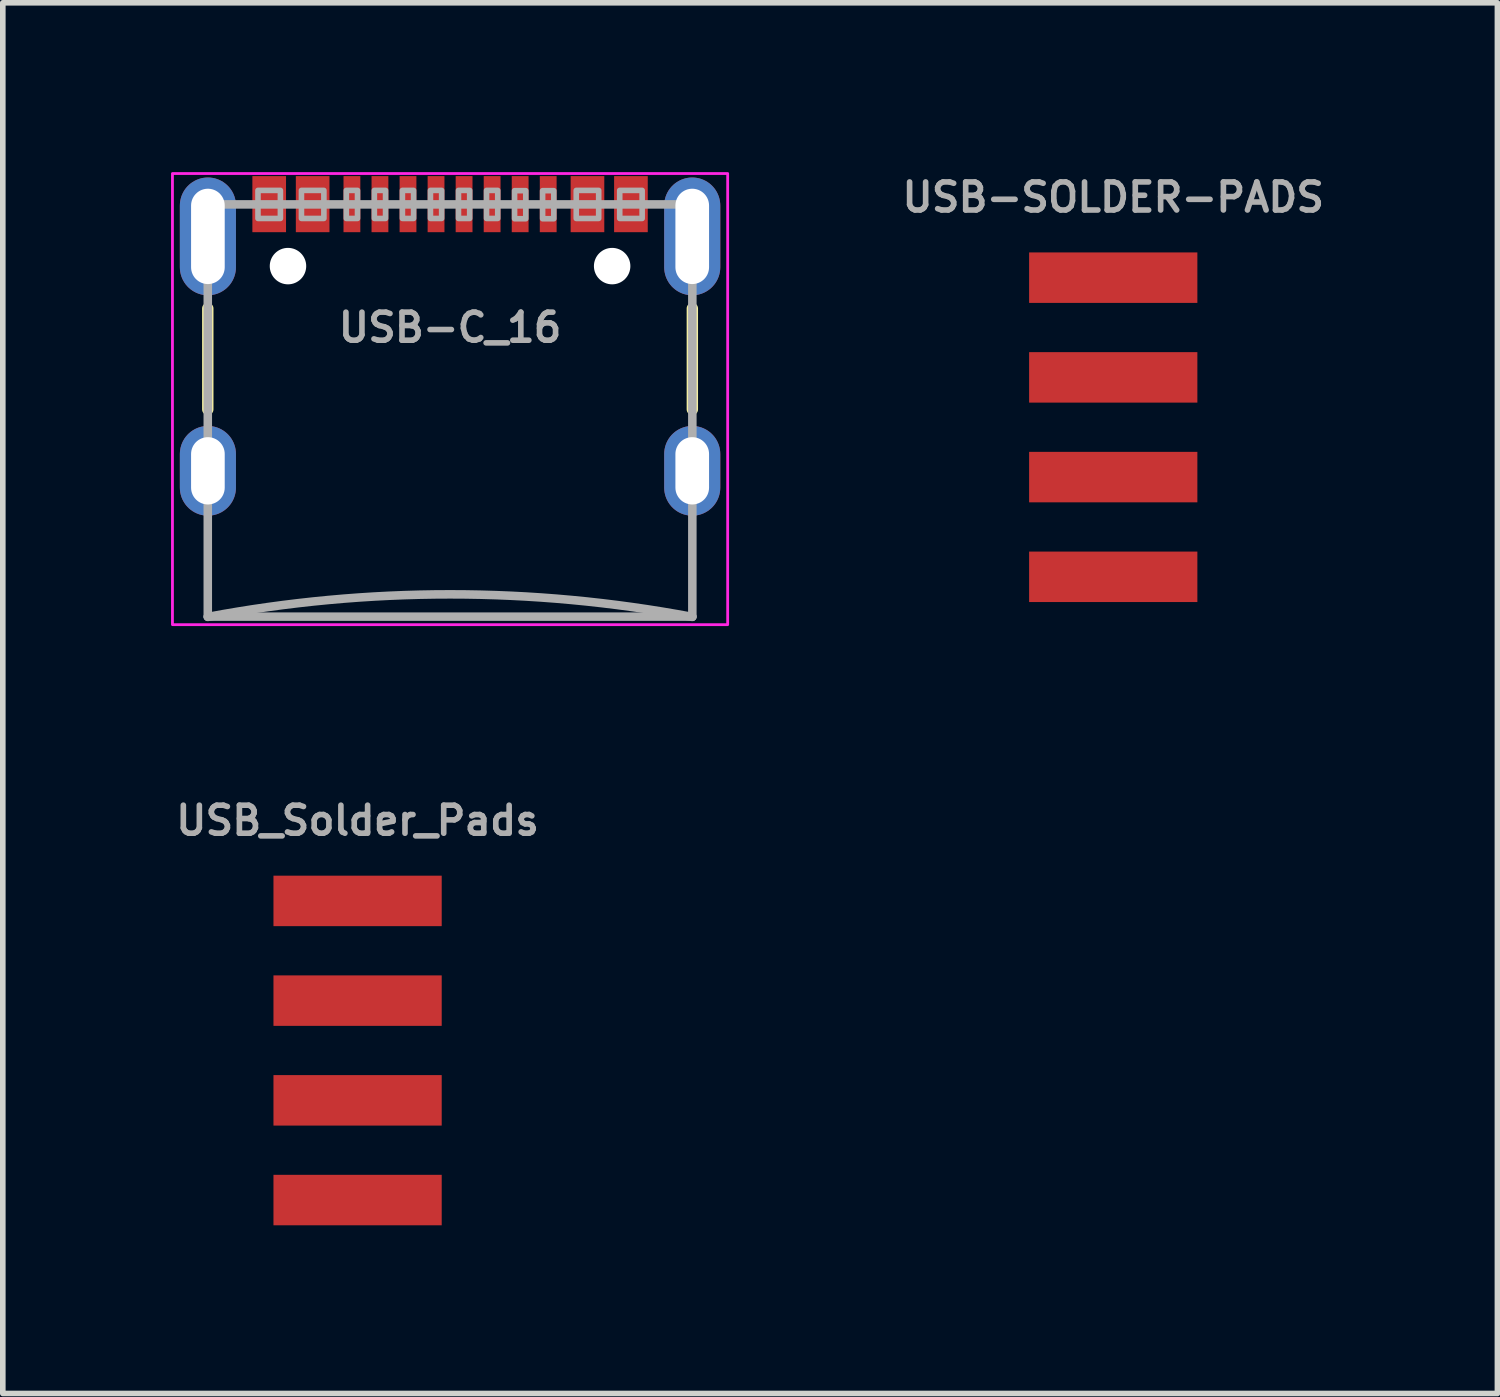
<source format=kicad_pcb>
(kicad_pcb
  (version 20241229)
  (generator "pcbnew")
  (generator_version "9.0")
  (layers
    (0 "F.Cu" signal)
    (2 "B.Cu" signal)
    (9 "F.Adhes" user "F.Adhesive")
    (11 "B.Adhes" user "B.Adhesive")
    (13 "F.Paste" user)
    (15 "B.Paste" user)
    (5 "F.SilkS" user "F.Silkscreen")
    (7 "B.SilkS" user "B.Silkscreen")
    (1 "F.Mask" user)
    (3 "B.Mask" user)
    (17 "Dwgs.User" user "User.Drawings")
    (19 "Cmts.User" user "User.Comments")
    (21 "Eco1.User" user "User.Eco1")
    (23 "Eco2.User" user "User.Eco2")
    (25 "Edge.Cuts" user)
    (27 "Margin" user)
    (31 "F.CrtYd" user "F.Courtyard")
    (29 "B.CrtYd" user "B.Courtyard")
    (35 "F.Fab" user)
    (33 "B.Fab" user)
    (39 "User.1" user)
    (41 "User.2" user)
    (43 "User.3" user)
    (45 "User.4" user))
  (footprint "USB-SOLDER-PADS"
    (layer "F.Cu")
    (at 16.8 4.568)
    (property "Reference" "USB-SOLDER-PADS" (at 0 -4.1 0) (layer "F.Fab") (effects (font (size 0.5 0.5) (thickness 0.1) (bold yes))))
    (pad "D+" smd rect (at 0 0.889) (size 3 0.9) (layers "F.Cu" "F.Mask"))
    (pad "D-" smd rect (at 0 -0.889) (size 3 0.9) (layers "F.Cu" "F.Mask"))
    (pad "GND" smd rect (at 0 2.667) (size 3 0.9) (layers "F.Cu" "F.Mask"))
    (pad "VBUS" smd rect (at 0 -2.667) (size 3 0.9) (layers "F.Cu" "F.Mask")))
  (footprint "USB-C_16"
    (layer "F.Cu")
    (at 4.975 0.25)
    (property "Reference" "USB-C_16" (at 0 2.54 0) (layer "F.Fab") (effects (font (size 0.5 0.5) (thickness 0.1) (bold yes))))
    (fp_line (start -4.32 2.2) (end -4.32 4) (stroke (width 0.203) (type solid)) (layer "F.SilkS"))
    (fp_line (start 4.32 2.2) (end 4.32 4) (stroke (width 0.203) (type solid)) (layer "F.SilkS"))
    (fp_rect (start -4.95 -0.206) (end 4.95 7.838) (stroke (width 0.05) (type default)) (fill no) (layer "F.CrtYd"))
    (fp_line (start -4.32 0.345) (end -4.32 1.965) (stroke (width 0.01) (type solid)) (layer "F.Fab"))
    (fp_line (start -4.32 0.345) (end 4.32 0.345) (stroke (width 0.152) (type solid)) (layer "F.Fab"))
    (fp_line (start -4.32 4.295) (end -4.32 5.895) (stroke (width 0.01) (type solid)) (layer "F.Fab"))
    (fp_line (start -4.32 7.695) (end -4.32 0.345) (stroke (width 0.152) (type solid)) (layer "F.Fab"))
    (fp_line (start -4.32 7.695) (end 4.32 7.695) (stroke (width 0.152) (type solid)) (layer "F.Fab"))
    (fp_line (start 4.32 0.345) (end 4.32 1.965) (stroke (width 0.01) (type solid)) (layer "F.Fab"))
    (fp_line (start 4.32 0.345) (end 4.32 7.695) (stroke (width 0.152) (type solid)) (layer "F.Fab"))
    (fp_line (start 4.32 4.295) (end 4.32 5.895) (stroke (width 0.01) (type solid)) (layer "F.Fab"))
    (fp_arc (start -4.32 7.7) (mid 0 7.297675) (end 4.32 7.7) (stroke (width 0.1524) (type solid)) (layer "F.Fab"))
    (fp_poly (pts (xy -3.425 0.595) (xy -3.025 0.595) (xy -3.025 0.095) (xy -3.425 0.095)) (stroke (width 0.1) (type default)) (fill no) (layer "F.Fab"))
    (fp_poly (pts (xy -2.65 0.595) (xy -2.25 0.595) (xy -2.25 0.095) (xy -2.65 0.095)) (stroke (width 0.1) (type default)) (fill no) (layer "F.Fab"))
    (fp_poly (pts (xy -1.85 0.595) (xy -1.65 0.595) (xy -1.65 0.095) (xy -1.85 0.095)) (stroke (width 0.1) (type default)) (fill no) (layer "F.Fab"))
    (fp_poly (pts (xy -1.35 0.595) (xy -1.15 0.595) (xy -1.15 0.095) (xy -1.35 0.095)) (stroke (width 0.1) (type default)) (fill no) (layer "F.Fab"))
    (fp_poly (pts (xy -0.85 0.595) (xy -0.65 0.595) (xy -0.65 0.095) (xy -0.85 0.095)) (stroke (width 0.1) (type default)) (fill no) (layer "F.Fab"))
    (fp_poly (pts (xy -0.35 0.595) (xy -0.15 0.595) (xy -0.15 0.095) (xy -0.35 0.095)) (stroke (width 0.1) (type default)) (fill no) (layer "F.Fab"))
    (fp_poly (pts (xy 0.15 0.595) (xy 0.35 0.595) (xy 0.35 0.095) (xy 0.15 0.095)) (stroke (width 0.1) (type default)) (fill no) (layer "F.Fab"))
    (fp_poly (pts (xy 0.65 0.595) (xy 0.85 0.595) (xy 0.85 0.095) (xy 0.65 0.095)) (stroke (width 0.1) (type default)) (fill no) (layer "F.Fab"))
    (fp_poly (pts (xy 1.15 0.6) (xy 1.35 0.6) (xy 1.35 0.1) (xy 1.15 0.1)) (stroke (width 0.1) (type default)) (fill no) (layer "F.Fab"))
    (fp_poly (pts (xy 1.65 0.6) (xy 1.85 0.6) (xy 1.85 0.1) (xy 1.65 0.1)) (stroke (width 0.1) (type default)) (fill no) (layer "F.Fab"))
    (fp_poly (pts (xy 2.25 0.595) (xy 2.65 0.595) (xy 2.65 0.095) (xy 2.25 0.095)) (stroke (width 0.1) (type default)) (fill no) (layer "F.Fab"))
    (fp_poly (pts (xy 3.025 0.595) (xy 3.425 0.595) (xy 3.425 0.095) (xy 3.025 0.095)) (stroke (width 0.1) (type default)) (fill no) (layer "F.Fab"))
    (pad "" np_thru_hole circle (at -2.89 1.445) (size 0.65 0.65) (drill 0.65) (layers "*.Cu" "*.Mask"))
    (pad "" np_thru_hole circle (at 2.89 1.445) (size 0.65 0.65) (drill 0.65) (layers "*.Cu" "*.Mask"))
    (pad "A5" smd rect (at -1.25 0.34 180) (size 0.3 1) (layers "F.Cu" "F.Mask" "F.Paste"))
    (pad "A6" smd rect (at -0.25 0.34 180) (size 0.3 1) (layers "F.Cu" "F.Mask" "F.Paste"))
    (pad "A7" smd rect (at 0.25 0.34) (size 0.3 1) (layers "F.Cu" "F.Mask" "F.Paste"))
    (pad "A8" smd rect (at 1.25 0.34) (size 0.3 1) (layers "F.Cu" "F.Mask" "F.Paste"))
    (pad "B5" smd rect (at 1.75 0.34) (size 0.3 1) (layers "F.Cu" "F.Mask" "F.Paste"))
    (pad "B6" smd rect (at 0.75 0.34) (size 0.3 1) (layers "F.Cu" "F.Mask" "F.Paste"))
    (pad "B7" smd rect (at -0.75 0.34 180) (size 0.3 1) (layers "F.Cu" "F.Mask" "F.Paste"))
    (pad "B8" smd rect (at -1.75 0.34 180) (size 0.3 1) (layers "F.Cu" "F.Mask" "F.Paste"))
    (pad "GND" smd rect (at -3.225 0.34 180) (size 0.6 1) (layers "F.Cu" "F.Mask" "F.Paste"))
    (pad "GND" smd rect (at 3.225 0.34) (size 0.6 1) (layers "F.Cu" "F.Mask" "F.Paste"))
    (pad "NC1" thru_hole oval (at -4.318 5.095) (size 1 1.6) (drill oval 0.6 1.2) (layers "*.Cu" "*.Mask" "F.Paste"))
    (pad "NC2" thru_hole oval (at -4.318 0.915) (size 1 2.1) (drill oval 0.6 1.7) (layers "*.Cu" "*.Mask" "F.Paste"))
    (pad "NC3" thru_hole oval (at 4.318 0.915) (size 1 2.1) (drill oval 0.6 1.7) (layers "*.Cu" "*.Mask" "F.Paste"))
    (pad "S" thru_hole oval (at 4.318 5.095) (size 1 1.6) (drill oval 0.6 1.2) (layers "*.Cu" "*.Mask" "F.Paste"))
    (pad "VBUS" smd rect (at -2.45 0.34 180) (size 0.6 1) (layers "F.Cu" "F.Mask" "F.Paste"))
    (pad "VBUS" smd rect (at 2.45 0.34) (size 0.6 1) (layers "F.Cu" "F.Mask" "F.Paste")))
  (footprint "USB_Solder_Pads"
    (layer "F.Cu")
    (at 3.326 15.681)
    (property "Reference" "USB_Solder_Pads" (at 0 -4.1 0) (layer "F.Fab") (effects (font (size 0.5 0.5) (thickness 0.1) (bold yes))))
    (pad "D+" smd rect (at 0 0.889) (size 3 0.9) (layers "F.Cu" "F.Mask"))
    (pad "D-" smd rect (at 0 -0.889) (size 3 0.9) (layers "F.Cu" "F.Mask"))
    (pad "GND" smd rect (at 0 2.667) (size 3 0.9) (layers "F.Cu" "F.Mask"))
    (pad "VBUS" smd rect (at 0 -2.667) (size 3 0.9) (layers "F.Cu" "F.Mask")))
  (gr_rect
    (start -3 -3)
    (end 23.65 21.797)
    (stroke (width 0.1) (type default))
    (fill no)
    (layer "Edge.Cuts")))
</source>
